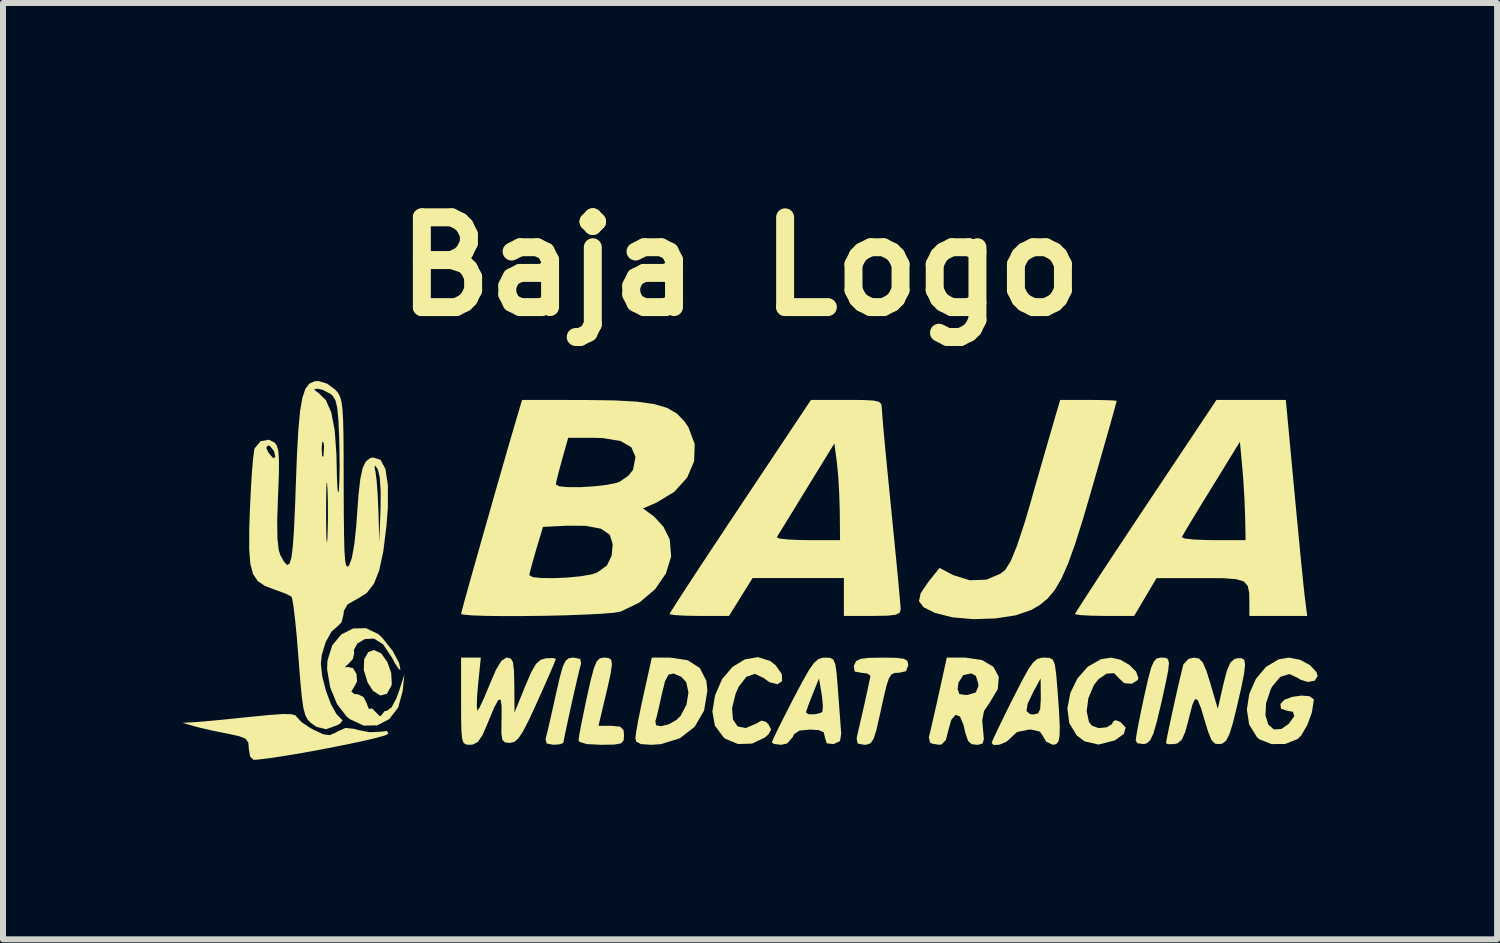
<source format=kicad_pcb>
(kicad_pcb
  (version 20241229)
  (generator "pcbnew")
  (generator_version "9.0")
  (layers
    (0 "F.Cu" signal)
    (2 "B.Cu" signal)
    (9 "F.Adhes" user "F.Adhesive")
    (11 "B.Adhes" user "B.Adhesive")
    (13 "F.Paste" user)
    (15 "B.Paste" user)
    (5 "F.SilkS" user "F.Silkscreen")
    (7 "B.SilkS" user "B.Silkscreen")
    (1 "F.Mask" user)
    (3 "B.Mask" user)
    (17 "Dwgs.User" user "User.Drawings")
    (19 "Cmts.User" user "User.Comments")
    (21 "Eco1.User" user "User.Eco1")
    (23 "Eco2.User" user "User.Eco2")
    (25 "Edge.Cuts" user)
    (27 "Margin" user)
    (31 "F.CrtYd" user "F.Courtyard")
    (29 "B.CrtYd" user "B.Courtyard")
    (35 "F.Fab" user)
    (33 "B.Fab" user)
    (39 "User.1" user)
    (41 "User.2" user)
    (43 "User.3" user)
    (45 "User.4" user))
  (footprint "Baja Logo"
    (layer "F.Cu")
    (at 9.47 6.484)
    (property "Reference" "Baja Logo" (at -0.148 -5.08 0) (layer "F.SilkS") (effects (font (size 1.5 1.5) (thickness 0.3))))
    (attr board_only exclude_from_pos_files exclude_from_bom)
    (fp_poly (pts (xy -6.15 1.386) (xy -6.048 1.527) (xy -5.982 1.711) (xy -5.972 1.894) (xy -5.978 1.925) (xy -6.053 2.061) (xy -6.163 2.09) (xy -6.285 2.013) (xy -6.375 1.875) (xy -6.44 1.666) (xy -6.434 1.485) (xy -6.365 1.364) (xy -6.269 1.33)) (stroke (width 0) (type solid)) (fill yes) (layer "F.SilkS"))
    (fp_poly (pts (xy 6.958 1.46) (xy 7.001 1.483) (xy 7.017 1.546) (xy 7.005 1.669) (xy 6.965 1.872) (xy 6.898 2.174) (xy 6.881 2.249) (xy 6.811 2.539) (xy 6.756 2.728) (xy 6.704 2.837) (xy 6.648 2.888) (xy 6.599 2.902) (xy 6.488 2.888) (xy 6.461 2.841) (xy 6.474 2.748) (xy 6.508 2.561) (xy 6.559 2.311) (xy 6.602 2.108) (xy 6.668 1.816) (xy 6.719 1.627) (xy 6.766 1.519) (xy 6.816 1.469) (xy 6.882 1.457) (xy 6.887 1.457)) (stroke (width 0) (type solid)) (fill yes) (layer "F.SilkS"))
    (fp_poly (pts (xy -2.823 1.478) (xy -2.808 1.554) (xy -2.812 1.568) (xy -2.839 1.673) (xy -2.883 1.859) (xy -2.937 2.094) (xy -2.993 2.346) (xy -3.044 2.581) (xy -3.083 2.767) (xy -3.103 2.871) (xy -3.104 2.881) (xy -3.158 2.905) (xy -3.266 2.914) (xy -3.383 2.893) (xy -3.402 2.819) (xy -3.398 2.803) (xy -3.371 2.696) (xy -3.325 2.497) (xy -3.267 2.241) (xy -3.23 2.074) (xy -3.166 1.793) (xy -3.116 1.613) (xy -3.069 1.512) (xy -3.016 1.467) (xy -2.945 1.457) (xy -2.936 1.457)) (stroke (width 0) (type solid)) (fill yes) (layer "F.SilkS"))
    (fp_poly (pts (xy -2.347 1.463) (xy -2.303 1.494) (xy -2.293 1.574) (xy -2.314 1.723) (xy -2.367 1.963) (xy -2.401 2.106) (xy -2.517 2.597) (xy -2.304 2.597) (xy -2.157 2.61) (xy -2.099 2.667) (xy -2.09 2.755) (xy -2.098 2.843) (xy -2.142 2.891) (xy -2.252 2.91) (xy -2.457 2.914) (xy -2.47 2.914) (xy -2.713 2.902) (xy -2.834 2.866) (xy -2.85 2.837) (xy -2.838 2.746) (xy -2.803 2.56) (xy -2.752 2.311) (xy -2.709 2.108) (xy -2.643 1.816) (xy -2.592 1.627) (xy -2.546 1.519) (xy -2.495 1.469) (xy -2.43 1.457) (xy -2.424 1.457)) (stroke (width 0) (type solid)) (fill yes) (layer "F.SilkS"))
    (fp_poly (pts (xy 0.355 1.514) (xy 0.443 1.584) (xy 0.548 1.735) (xy 0.551 1.85) (xy 0.475 1.902) (xy 0.342 1.869) (xy 0.247 1.8) (xy 0.098 1.728) (xy -0.045 1.777) (xy -0.173 1.942) (xy -0.224 2.055) (xy -0.285 2.301) (xy -0.27 2.491) (xy -0.191 2.607) (xy -0.057 2.634) (xy 0.098 2.569) (xy 0.211 2.509) (xy 0.284 2.532) (xy 0.325 2.575) (xy 0.368 2.659) (xy 0.323 2.74) (xy 0.26 2.794) (xy 0.049 2.894) (xy -0.186 2.901) (xy -0.395 2.815) (xy -0.431 2.785) (xy -0.572 2.593) (xy -0.614 2.359) (xy -0.57 2.089) (xy -0.452 1.817) (xy -0.278 1.612) (xy -0.07 1.486) (xy 0.148 1.449)) (stroke (width 0) (type solid)) (fill yes) (layer "F.SilkS"))
    (fp_poly (pts (xy 2.455 1.46) (xy 2.586 1.476) (xy 2.646 1.512) (xy 2.66 1.577) (xy 2.66 1.584) (xy 2.622 1.684) (xy 2.506 1.71) (xy 2.433 1.713) (xy 2.38 1.737) (xy 2.337 1.802) (xy 2.295 1.929) (xy 2.245 2.14) (xy 2.183 2.423) (xy 2.127 2.669) (xy 2.08 2.816) (xy 2.029 2.889) (xy 1.961 2.912) (xy 1.924 2.914) (xy 1.814 2.893) (xy 1.797 2.809) (xy 1.804 2.771) (xy 1.895 2.376) (xy 1.959 2.09) (xy 2 1.9) (xy 2.022 1.792) (xy 2.026 1.758) (xy 1.973 1.722) (xy 1.875 1.71) (xy 1.764 1.689) (xy 1.75 1.607) (xy 1.755 1.584) (xy 1.788 1.516) (xy 1.861 1.478) (xy 2.004 1.461) (xy 2.224 1.457)) (stroke (width 0) (type solid)) (fill yes) (layer "F.SilkS"))
    (fp_poly (pts (xy 6.205 1.492) (xy 6.357 1.58) (xy 6.469 1.692) (xy 6.506 1.8) (xy 6.495 1.832) (xy 6.396 1.894) (xy 6.269 1.883) (xy 6.185 1.805) (xy 6.1 1.717) (xy 5.974 1.725) (xy 5.839 1.818) (xy 5.763 1.916) (xy 5.67 2.135) (xy 5.642 2.354) (xy 5.68 2.531) (xy 5.729 2.594) (xy 5.842 2.635) (xy 5.974 2.622) (xy 6.067 2.567) (xy 6.081 2.527) (xy 6.126 2.502) (xy 6.205 2.532) (xy 6.293 2.625) (xy 6.264 2.731) (xy 6.124 2.833) (xy 6.106 2.842) (xy 5.839 2.91) (xy 5.606 2.856) (xy 5.476 2.758) (xy 5.351 2.552) (xy 5.319 2.305) (xy 5.369 2.047) (xy 5.487 1.805) (xy 5.661 1.608) (xy 5.878 1.484) (xy 6.047 1.457)) (stroke (width 0) (type solid)) (fill yes) (layer "F.SilkS"))
    (fp_poly (pts (xy -1.025 1.501) (xy -0.823 1.632) (xy -0.714 1.845) (xy -0.697 2.008) (xy -0.753 2.343) (xy -0.91 2.613) (xy -1.155 2.804) (xy -1.473 2.903) (xy -1.631 2.914) (xy -1.806 2.903) (xy -1.886 2.862) (xy -1.901 2.803) (xy -1.887 2.696) (xy -1.855 2.516) (xy -1.566 2.516) (xy -1.556 2.587) (xy -1.47 2.603) (xy -1.346 2.572) (xy -1.217 2.5) (xy -1.145 2.43) (xy -1.046 2.241) (xy -1.014 2.039) (xy -1.051 1.867) (xy -1.136 1.776) (xy -1.263 1.723) (xy -1.346 1.741) (xy -1.405 1.85) (xy -1.458 2.066) (xy -1.46 2.073) (xy -1.506 2.284) (xy -1.546 2.45) (xy -1.566 2.516) (xy -1.855 2.516) (xy -1.852 2.498) (xy -1.8 2.243) (xy -1.763 2.074) (xy -1.626 1.457) (xy -1.317 1.457)) (stroke (width 0) (type solid)) (fill yes) (layer "F.SilkS"))
    (fp_poly (pts (xy -7.654 2.402) (xy -7.582 2.422) (xy -7.555 2.454) (xy -7.481 2.534) (xy -7.337 2.631) (xy -7.276 2.664) (xy -7.114 2.739) (xy -7.009 2.753) (xy -6.91 2.71) (xy -6.883 2.693) (xy -6.745 2.632) (xy -6.592 2.648) (xy -6.534 2.667) (xy -6.341 2.704) (xy -6.168 2.696) (xy -6.049 2.683) (xy -6.031 2.732) (xy -6.096 2.761) (xy -6.262 2.806) (xy -6.505 2.862) (xy -6.8 2.923) (xy -7.124 2.987) (xy -7.452 3.047) (xy -7.761 3.099) (xy -8.025 3.139) (xy -8.221 3.162) (xy -8.282 3.165) (xy -8.34 3.111) (xy -8.361 2.982) (xy -8.37 2.876) (xy -8.416 2.812) (xy -8.529 2.768) (xy -8.725 2.726) (xy -8.964 2.678) (xy -9.181 2.628) (xy -9.28 2.602) (xy -9.47 2.547) (xy -9.28 2.536) (xy -9.142 2.526) (xy -8.911 2.505) (xy -8.622 2.476) (xy -8.339 2.447) (xy -8.012 2.415) (xy -7.791 2.4)) (stroke (width 0) (type solid)) (fill yes) (layer "F.SilkS"))
    (fp_poly (pts (xy 9.207 1.493) (xy 9.375 1.583) (xy 9.483 1.7) (xy 9.501 1.767) (xy 9.452 1.843) (xy 9.338 1.864) (xy 9.212 1.825) (xy 9.18 1.801) (xy 9.029 1.731) (xy 8.877 1.779) (xy 8.742 1.94) (xy 8.716 1.991) (xy 8.64 2.221) (xy 8.63 2.422) (xy 8.677 2.574) (xy 8.769 2.657) (xy 8.896 2.65) (xy 9.022 2.561) (xy 9.111 2.437) (xy 9.089 2.363) (xy 8.99 2.344) (xy 8.889 2.31) (xy 8.88 2.233) (xy 8.944 2.162) (xy 9.076 2.113) (xy 9.232 2.091) (xy 9.366 2.102) (xy 9.435 2.152) (xy 9.438 2.166) (xy 9.406 2.373) (xy 9.327 2.589) (xy 9.224 2.762) (xy 9.168 2.817) (xy 8.961 2.9) (xy 8.731 2.902) (xy 8.533 2.825) (xy 8.489 2.789) (xy 8.358 2.577) (xy 8.319 2.325) (xy 8.36 2.061) (xy 8.47 1.813) (xy 8.638 1.612) (xy 8.851 1.485) (xy 9.021 1.457)) (stroke (width 0) (type solid)) (fill yes) (layer "F.SilkS"))
    (fp_poly (pts (xy 5.02 1.461) (xy 5.076 1.491) (xy 5.109 1.571) (xy 5.132 1.727) (xy 5.153 1.979) (xy 5.179 2.342) (xy 5.192 2.597) (xy 5.189 2.764) (xy 5.17 2.859) (xy 5.132 2.903) (xy 5.075 2.914) (xy 4.963 2.86) (xy 4.922 2.787) (xy 4.86 2.694) (xy 4.719 2.661) (xy 4.677 2.66) (xy 4.477 2.701) (xy 4.385 2.787) (xy 4.3 2.864) (xy 4.184 2.912) (xy 4.086 2.918) (xy 4.054 2.881) (xy 4.081 2.815) (xy 4.154 2.659) (xy 4.262 2.436) (xy 4.304 2.351) (xy 4.636 2.351) (xy 4.699 2.402) (xy 4.751 2.407) (xy 4.828 2.39) (xy 4.865 2.317) (xy 4.875 2.156) (xy 4.875 2.106) (xy 4.872 1.805) (xy 4.751 2.027) (xy 4.654 2.231) (xy 4.636 2.351) (xy 4.304 2.351) (xy 4.395 2.168) (xy 4.403 2.153) (xy 4.552 1.86) (xy 4.66 1.663) (xy 4.743 1.543) (xy 4.813 1.481) (xy 4.886 1.459) (xy 4.932 1.457)) (stroke (width 0) (type solid)) (fill yes) (layer "F.SilkS"))
    (fp_poly (pts (xy 5.898 -2.848) (xy 6.065 -2.843) (xy 6.142 -2.835) (xy 6.144 -2.833) (xy 6.127 -2.77) (xy 6.081 -2.603) (xy 6.009 -2.348) (xy 5.916 -2.022) (xy 5.808 -1.644) (xy 5.738 -1.4) (xy 5.583 -0.867) (xy 5.449 -0.443) (xy 5.33 -0.112) (xy 5.218 0.141) (xy 5.106 0.331) (xy 4.987 0.472) (xy 4.853 0.581) (xy 4.719 0.659) (xy 4.456 0.75) (xy 4.118 0.802) (xy 3.75 0.814) (xy 3.399 0.784) (xy 3.11 0.711) (xy 3.104 0.709) (xy 2.916 0.615) (xy 2.839 0.514) (xy 2.867 0.381) (xy 2.996 0.191) (xy 3.008 0.176) (xy 3.182 -0.042) (xy 3.412 0.078) (xy 3.687 0.164) (xy 3.966 0.154) (xy 4.207 0.051) (xy 4.281 -0.011) (xy 4.371 -0.153) (xy 4.478 -0.414) (xy 4.604 -0.797) (xy 4.687 -1.077) (xy 4.791 -1.442) (xy 4.895 -1.804) (xy 4.988 -2.127) (xy 5.06 -2.374) (xy 5.074 -2.423) (xy 5.199 -2.85) (xy 5.672 -2.85)) (stroke (width 0) (type solid)) (fill yes) (layer "F.SilkS"))
    (fp_poly (pts (xy 3.894 1.498) (xy 4.083 1.611) (xy 4.173 1.778) (xy 4.156 1.983) (xy 4.027 2.2) (xy 3.926 2.35) (xy 3.896 2.506) (xy 3.908 2.648) (xy 3.924 2.816) (xy 3.903 2.892) (xy 3.832 2.913) (xy 3.807 2.914) (xy 3.717 2.903) (xy 3.66 2.85) (xy 3.616 2.724) (xy 3.583 2.581) (xy 3.524 2.44) (xy 3.45 2.414) (xy 3.378 2.498) (xy 3.333 2.66) (xy 3.288 2.835) (xy 3.217 2.908) (xy 3.177 2.914) (xy 3.059 2.895) (xy 3.024 2.876) (xy 3.004 2.789) (xy 3.009 2.765) (xy 3.032 2.675) (xy 3.074 2.492) (xy 3.13 2.246) (xy 3.168 2.074) (xy 3.188 1.984) (xy 3.485 1.984) (xy 3.515 2.066) (xy 3.626 2.082) (xy 3.658 2.079) (xy 3.789 2.038) (xy 3.831 1.935) (xy 3.832 1.901) (xy 3.79 1.762) (xy 3.713 1.721) (xy 3.58 1.749) (xy 3.499 1.875) (xy 3.485 1.984) (xy 3.188 1.984) (xy 3.304 1.457) (xy 3.616 1.457)) (stroke (width 0) (type solid)) (fill yes) (layer "F.SilkS"))
    (fp_poly (pts (xy 7.52 1.473) (xy 7.584 1.54) (xy 7.645 1.683) (xy 7.708 1.884) (xy 7.833 2.312) (xy 7.927 1.9) (xy 7.986 1.672) (xy 8.043 1.541) (xy 8.111 1.481) (xy 8.159 1.468) (xy 8.233 1.466) (xy 8.277 1.497) (xy 8.289 1.581) (xy 8.271 1.734) (xy 8.222 1.976) (xy 8.152 2.28) (xy 8.082 2.563) (xy 8.025 2.743) (xy 7.972 2.846) (xy 7.912 2.892) (xy 7.872 2.902) (xy 7.789 2.897) (xy 7.728 2.835) (xy 7.67 2.692) (xy 7.628 2.554) (xy 7.552 2.3) (xy 7.497 2.166) (xy 7.453 2.149) (xy 7.409 2.245) (xy 7.355 2.451) (xy 7.351 2.471) (xy 7.289 2.699) (xy 7.232 2.828) (xy 7.163 2.888) (xy 7.11 2.902) (xy 6.999 2.904) (xy 6.968 2.886) (xy 6.981 2.808) (xy 7.015 2.64) (xy 7.064 2.414) (xy 7.119 2.163) (xy 7.174 1.919) (xy 7.222 1.716) (xy 7.254 1.585) (xy 7.259 1.568) (xy 7.344 1.478) (xy 7.438 1.457)) (stroke (width 0) (type solid)) (fill yes) (layer "F.SilkS"))
    (fp_poly (pts (xy 1.355 1.461) (xy 1.408 1.49) (xy 1.441 1.569) (xy 1.463 1.722) (xy 1.483 1.974) (xy 1.486 2.011) (xy 1.506 2.283) (xy 1.524 2.523) (xy 1.537 2.691) (xy 1.539 2.724) (xy 1.52 2.851) (xy 1.416 2.901) (xy 1.409 2.902) (xy 1.298 2.89) (xy 1.267 2.793) (xy 1.267 2.791) (xy 1.247 2.705) (xy 1.163 2.668) (xy 1.018 2.66) (xy 0.841 2.677) (xy 0.752 2.736) (xy 0.728 2.787) (xy 0.635 2.893) (xy 0.534 2.914) (xy 0.417 2.9) (xy 0.38 2.874) (xy 0.408 2.806) (xy 0.483 2.649) (xy 0.595 2.426) (xy 0.62 2.377) (xy 0.95 2.377) (xy 1 2.404) (xy 1.106 2.403) (xy 1.202 2.378) (xy 1.225 2.359) (xy 1.233 2.272) (xy 1.219 2.112) (xy 1.211 2.059) (xy 1.168 1.805) (xy 1.059 2.076) (xy 0.994 2.243) (xy 0.955 2.355) (xy 0.95 2.377) (xy 0.62 2.377) (xy 0.731 2.159) (xy 0.738 2.146) (xy 0.892 1.855) (xy 1.004 1.659) (xy 1.089 1.54) (xy 1.162 1.479) (xy 1.236 1.458) (xy 1.271 1.457)) (stroke (width 0) (type solid)) (fill yes) (layer "F.SilkS"))
    (fp_poly (pts (xy -6.197 1.064) (xy -6.132 1.124) (xy -5.958 1.343) (xy -5.851 1.544) (xy -5.827 1.656) (xy -5.852 1.653) (xy -5.915 1.558) (xy -5.97 1.456) (xy -6.118 1.234) (xy -6.269 1.139) (xy -6.421 1.147) (xy -6.547 1.221) (xy -6.606 1.329) (xy -6.6 1.381) (xy -6.622 1.479) (xy -6.69 1.555) (xy -6.759 1.617) (xy -6.724 1.617) (xy -6.707 1.612) (xy -6.62 1.633) (xy -6.562 1.73) (xy -6.552 1.851) (xy -6.59 1.928) (xy -6.648 2.023) (xy -6.595 2.067) (xy -6.544 2.067) (xy -6.444 2.116) (xy -6.392 2.217) (xy -6.357 2.312) (xy -6.338 2.312) (xy -6.301 2.306) (xy -6.237 2.372) (xy -6.169 2.438) (xy -6.144 2.419) (xy -6.093 2.352) (xy -6.051 2.344) (xy -5.974 2.286) (xy -5.893 2.132) (xy -5.86 2.043) (xy -5.762 1.742) (xy -5.79 2.017) (xy -5.865 2.291) (xy -6.015 2.485) (xy -6.215 2.589) (xy -6.443 2.593) (xy -6.675 2.485) (xy -6.725 2.444) (xy -6.887 2.234) (xy -7.002 1.952) (xy -7.053 1.653) (xy -7.047 1.506) (xy -6.967 1.251) (xy -6.816 1.069) (xy -6.619 0.97) (xy -6.404 0.965)) (stroke (width 0) (type solid)) (fill yes) (layer "F.SilkS"))
    (fp_poly (pts (xy 9.114 -1.314) (xy 9.156 -0.87) (xy 9.196 -0.453) (xy 9.232 -0.085) (xy 9.262 0.212) (xy 9.284 0.418) (xy 9.293 0.491) (xy 9.328 0.76) (xy 8.845 0.76) (xy 8.361 0.76) (xy 8.361 0.544) (xy 8.358 0.373) (xy 8.333 0.257) (xy 8.268 0.184) (xy 8.141 0.146) (xy 7.933 0.13) (xy 7.622 0.128) (xy 7.547 0.128) (xy 6.809 0.129) (xy 6.622 0.445) (xy 6.435 0.76) (xy 5.941 0.76) (xy 5.709 0.756) (xy 5.536 0.746) (xy 5.451 0.732) (xy 5.447 0.728) (xy 5.481 0.67) (xy 5.577 0.519) (xy 5.728 0.287) (xy 5.924 -0.013) (xy 6.158 -0.368) (xy 6.283 -0.556) (xy 7.232 -0.556) (xy 7.28 -0.534) (xy 7.428 -0.517) (xy 7.647 -0.508) (xy 7.754 -0.507) (xy 8.298 -0.507) (xy 8.29 -0.903) (xy 8.279 -1.193) (xy 8.259 -1.522) (xy 8.242 -1.725) (xy 8.203 -2.151) (xy 7.728 -1.378) (xy 7.556 -1.099) (xy 7.409 -0.857) (xy 7.299 -0.674) (xy 7.239 -0.57) (xy 7.232 -0.556) (xy 6.283 -0.556) (xy 6.422 -0.766) (xy 6.629 -1.077) (xy 7.811 -2.85) (xy 8.391 -2.85) (xy 8.97 -2.85)) (stroke (width 0) (type solid)) (fill yes) (layer "F.SilkS"))
    (fp_poly (pts (xy -4.529 1.9) (xy -4.547 2.118) (xy -4.551 2.276) (xy -4.542 2.343) (xy -4.541 2.344) (xy -4.504 2.289) (xy -4.436 2.145) (xy -4.35 1.941) (xy -4.334 1.9) (xy -4.227 1.652) (xy -4.139 1.51) (xy -4.058 1.458) (xy -4.044 1.457) (xy -3.983 1.472) (xy -3.947 1.533) (xy -3.93 1.668) (xy -3.924 1.901) (xy -3.924 1.916) (xy -3.921 2.375) (xy -3.741 1.932) (xy -3.641 1.699) (xy -3.56 1.56) (xy -3.481 1.492) (xy -3.396 1.468) (xy -3.274 1.464) (xy -3.23 1.479) (xy -3.255 1.545) (xy -3.322 1.703) (xy -3.421 1.928) (xy -3.54 2.195) (xy -3.677 2.492) (xy -3.779 2.69) (xy -3.857 2.809) (xy -3.926 2.866) (xy -3.996 2.882) (xy -3.999 2.882) (xy -4.08 2.874) (xy -4.124 2.831) (xy -4.14 2.724) (xy -4.139 2.524) (xy -4.137 2.478) (xy -4.137 2.26) (xy -4.154 2.156) (xy -4.194 2.168) (xy -4.263 2.296) (xy -4.366 2.544) (xy -4.368 2.55) (xy -4.458 2.757) (xy -4.535 2.868) (xy -4.619 2.91) (xy -4.663 2.914) (xy -4.728 2.91) (xy -4.771 2.884) (xy -4.796 2.814) (xy -4.809 2.679) (xy -4.813 2.458) (xy -4.814 2.185) (xy -4.814 1.457) (xy -4.649 1.457) (xy -4.484 1.457)) (stroke (width 0) (type solid)) (fill yes) (layer "F.SilkS"))
    (fp_poly (pts (xy 1.902 -2.849) (xy 2.075 -2.84) (xy 2.17 -2.819) (xy 2.209 -2.78) (xy 2.218 -2.716) (xy 2.218 -2.708) (xy 2.225 -2.607) (xy 2.242 -2.399) (xy 2.269 -2.103) (xy 2.304 -1.739) (xy 2.345 -1.325) (xy 2.376 -1.013) (xy 2.419 -0.579) (xy 2.458 -0.182) (xy 2.491 0.159) (xy 2.515 0.424) (xy 2.53 0.595) (xy 2.533 0.649) (xy 2.517 0.706) (xy 2.452 0.74) (xy 2.313 0.756) (xy 2.073 0.76) (xy 2.059 0.76) (xy 1.584 0.76) (xy 1.584 0.443) (xy 1.584 0.127) (xy 0.821 0.127) (xy 0.058 0.127) (xy -0.139 0.443) (xy -0.336 0.76) (xy -0.833 0.76) (xy -1.066 0.756) (xy -1.24 0.746) (xy -1.326 0.732) (xy -1.33 0.728) (xy -1.296 0.67) (xy -1.2 0.519) (xy -1.05 0.287) (xy -0.853 -0.013) (xy -0.619 -0.368) (xy -0.495 -0.554) (xy 0.463 -0.554) (xy 0.509 -0.533) (xy 0.654 -0.517) (xy 0.872 -0.508) (xy 0.978 -0.507) (xy 1.52 -0.507) (xy 1.515 -0.998) (xy 1.506 -1.289) (xy 1.489 -1.58) (xy 1.467 -1.805) (xy 1.425 -2.122) (xy 0.958 -1.362) (xy 0.788 -1.084) (xy 0.641 -0.845) (xy 0.531 -0.666) (xy 0.47 -0.566) (xy 0.463 -0.554) (xy -0.495 -0.554) (xy -0.355 -0.766) (xy -0.148 -1.077) (xy 1.034 -2.85) (xy 1.625 -2.85)) (stroke (width 0) (type solid)) (fill yes) (layer "F.SilkS"))
    (fp_poly (pts (xy -2.737 -2.849) (xy -2.25 -2.842) (xy -1.872 -2.821) (xy -1.584 -2.78) (xy -1.368 -2.716) (xy -1.207 -2.622) (xy -1.083 -2.494) (xy -1.015 -2.395) (xy -0.909 -2.112) (xy -0.919 -1.825) (xy -1.035 -1.552) (xy -1.25 -1.314) (xy -1.554 -1.13) (xy -1.568 -1.124) (xy -1.774 -1.037) (xy -1.586 -0.899) (xy -1.432 -0.731) (xy -1.326 -0.518) (xy -1.326 -0.516) (xy -1.303 -0.234) (xy -1.39 0.05) (xy -1.57 0.313) (xy -1.83 0.534) (xy -2.147 0.688) (xy -2.262 0.707) (xy -2.469 0.724) (xy -2.746 0.738) (xy -3.072 0.75) (xy -3.423 0.758) (xy -3.778 0.762) (xy -4.113 0.763) (xy -4.406 0.759) (xy -4.635 0.751) (xy -4.778 0.738) (xy -4.814 0.725) (xy -4.797 0.658) (xy -4.751 0.487) (xy -4.68 0.232) (xy -4.637 0.079) (xy -3.673 0.079) (xy -3.616 0.111) (xy -3.468 0.127) (xy -3.261 0.129) (xy -3.029 0.118) (xy -2.806 0.096) (xy -2.625 0.064) (xy -2.538 0.034) (xy -2.375 -0.085) (xy -2.297 -0.249) (xy -2.28 -0.441) (xy -2.329 -0.597) (xy -2.478 -0.698) (xy -2.734 -0.746) (xy -3.042 -0.748) (xy -3.445 -0.728) (xy -3.559 -0.348) (xy -3.618 -0.142) (xy -3.66 0.014) (xy -3.673 0.079) (xy -4.637 0.079) (xy -4.59 -0.088) (xy -4.486 -0.455) (xy -4.373 -0.851) (xy -4.258 -1.257) (xy -4.206 -1.437) (xy -3.23 -1.437) (xy -3.173 -1.406) (xy -3.026 -1.392) (xy -2.821 -1.392) (xy -2.595 -1.406) (xy -2.382 -1.43) (xy -2.215 -1.464) (xy -2.158 -1.486) (xy -2.019 -1.583) (xy -1.94 -1.681) (xy -1.899 -1.899) (xy -1.969 -2.059) (xy -2.149 -2.163) (xy -2.442 -2.212) (xy -2.603 -2.217) (xy -3.024 -2.217) (xy -3.127 -1.849) (xy -3.182 -1.646) (xy -3.22 -1.495) (xy -3.23 -1.437) (xy -4.206 -1.437) (xy -4.144 -1.653) (xy -4.038 -2.022) (xy -3.944 -2.344) (xy -3.921 -2.423) (xy -3.795 -2.85)) (stroke (width 0) (type solid)) (fill yes) (layer "F.SilkS"))
    (fp_poly (pts (xy -7.052 -3.122) (xy -6.915 -3.02) (xy -6.871 -2.969) (xy -6.838 -2.908) (xy -6.813 -2.822) (xy -6.796 -2.693) (xy -6.785 -2.505) (xy -6.779 -2.241) (xy -6.777 -1.884) (xy -6.776 -1.421) (xy -6.774 -0.954) (xy -6.77 -0.6) (xy -6.764 -0.347) (xy -6.753 -0.181) (xy -6.737 -0.09) (xy -6.716 -0.061) (xy -6.689 -0.08) (xy -6.686 -0.083) (xy -6.64 -0.207) (xy -6.598 -0.438) (xy -6.565 -0.756) (xy -6.557 -0.875) (xy -6.529 -1.257) (xy -6.498 -1.53) (xy -6.459 -1.712) (xy -6.258 -1.712) (xy -6.244 -1.647) (xy -6.226 -1.508) (xy -6.209 -1.287) (xy -6.197 -1.027) (xy -6.195 -0.982) (xy -6.181 -0.475) (xy -6.16 -1.03) (xy -6.158 -1.331) (xy -6.174 -1.56) (xy -6.206 -1.691) (xy -6.209 -1.696) (xy -6.256 -1.757) (xy -6.258 -1.712) (xy -6.459 -1.712) (xy -6.458 -1.713) (xy -6.406 -1.822) (xy -6.335 -1.876) (xy -6.285 -1.888) (xy -6.161 -1.85) (xy -6.078 -1.695) (xy -6.037 -1.424) (xy -6.038 -1.04) (xy -6.061 -0.744) (xy -6.114 -0.319) (xy -6.182 -0.001) (xy -6.272 0.225) (xy -6.391 0.378) (xy -6.548 0.476) (xy -6.554 0.478) (xy -6.711 0.567) (xy -6.773 0.675) (xy -6.778 0.731) (xy -6.811 0.866) (xy -6.871 0.927) (xy -6.981 1.024) (xy -7.079 1.203) (xy -7.143 1.417) (xy -7.158 1.559) (xy -7.134 1.771) (xy -7.073 2.01) (xy -6.989 2.234) (xy -6.898 2.398) (xy -6.854 2.445) (xy -6.794 2.506) (xy -6.837 2.56) (xy -6.889 2.589) (xy -7.071 2.653) (xy -7.229 2.615) (xy -7.325 2.548) (xy -7.378 2.494) (xy -7.418 2.418) (xy -7.45 2.297) (xy -7.476 2.112) (xy -7.502 1.842) (xy -7.531 1.466) (xy -7.532 1.459) (xy -7.559 1.119) (xy -7.588 0.825) (xy -7.615 0.599) (xy -7.639 0.464) (xy -7.65 0.437) (xy -7.736 0.392) (xy -7.891 0.334) (xy -7.936 0.319) (xy -8.096 0.257) (xy -8.212 0.178) (xy -8.29 0.062) (xy -8.336 -0.11) (xy -8.355 -0.357) (xy -8.354 -0.698) (xy -8.344 -1.001) (xy -8.328 -1.339) (xy -8.31 -1.637) (xy -8.29 -1.87) (xy -8.272 -2.012) (xy -8.266 -2.038) (xy -8.258 -2.048) (xy -8.07 -2.048) (xy -8.031 -1.966) (xy -7.954 -1.877) (xy -7.918 -1.893) (xy -7.94 -1.993) (xy -8.007 -2.078) (xy -8.043 -2.09) (xy -8.07 -2.048) (xy -8.258 -2.048) (xy -8.166 -2.159) (xy -8.026 -2.185) (xy -7.932 -2.139) (xy -7.893 -2.087) (xy -7.868 -1.996) (xy -7.858 -1.844) (xy -7.859 -1.609) (xy -7.872 -1.272) (xy -7.874 -1.233) (xy -7.887 -0.828) (xy -7.883 -0.535) (xy -7.862 -0.342) (xy -7.835 -0.256) (xy -7.771 -0.143) (xy -7.721 -0.092) (xy -7.681 -0.113) (xy -7.649 -0.216) (xy -7.625 -0.411) (xy -7.605 -0.707) (xy -7.593 -0.982) (xy -7.07 -0.982) (xy -7.068 -0.715) (xy -7.064 -0.539) (xy -7.058 -0.465) (xy -7.051 -0.502) (xy -7.047 -0.552) (xy -7.039 -0.84) (xy -7.04 -1.167) (xy -7.047 -1.375) (xy -7.055 -1.474) (xy -7.062 -1.455) (xy -7.067 -1.329) (xy -7.069 -1.105) (xy -7.07 -0.982) (xy -7.593 -0.982) (xy -7.587 -1.114) (xy -7.576 -1.433) (xy -7.556 -1.954) (xy -7.552 -2.027) (xy -7.143 -2.027) (xy -7.136 -1.912) (xy -7.12 -1.898) (xy -7.114 -1.916) (xy -7.104 -2.077) (xy -7.114 -2.138) (xy -7.132 -2.157) (xy -7.142 -2.07) (xy -7.143 -2.027) (xy -7.552 -2.027) (xy -7.533 -2.361) (xy -7.504 -2.668) (xy -7.466 -2.888) (xy -7.419 -3.025) (xy -7.273 -3.025) (xy -7.218 -2.98) (xy -7.199 -2.969) (xy -7.074 -2.847) (xy -6.984 -2.643) (xy -6.926 -2.343) (xy -6.897 -1.936) (xy -6.894 -1.791) (xy -6.888 -1.541) (xy -6.879 -1.371) (xy -6.868 -1.297) (xy -6.857 -1.33) (xy -6.848 -1.489) (xy -6.844 -1.734) (xy -6.847 -2.027) (xy -6.851 -2.206) (xy -6.864 -2.51) (xy -6.883 -2.713) (xy -6.912 -2.84) (xy -6.957 -2.916) (xy -6.996 -2.951) (xy -7.133 -3.021) (xy -7.217 -3.038) (xy -7.273 -3.025) (xy -7.419 -3.025) (xy -7.416 -3.035) (xy -7.351 -3.121) (xy -7.268 -3.16) (xy -7.199 -3.167)) (stroke (width 0) (type solid)) (fill yes) (layer "F.SilkS")))
  (gr_rect
    (start -3 -3)
    (end 21.971 12.649)
    (stroke (width 0.1) (type default))
    (fill no)
    (layer "Edge.Cuts")))
</source>
